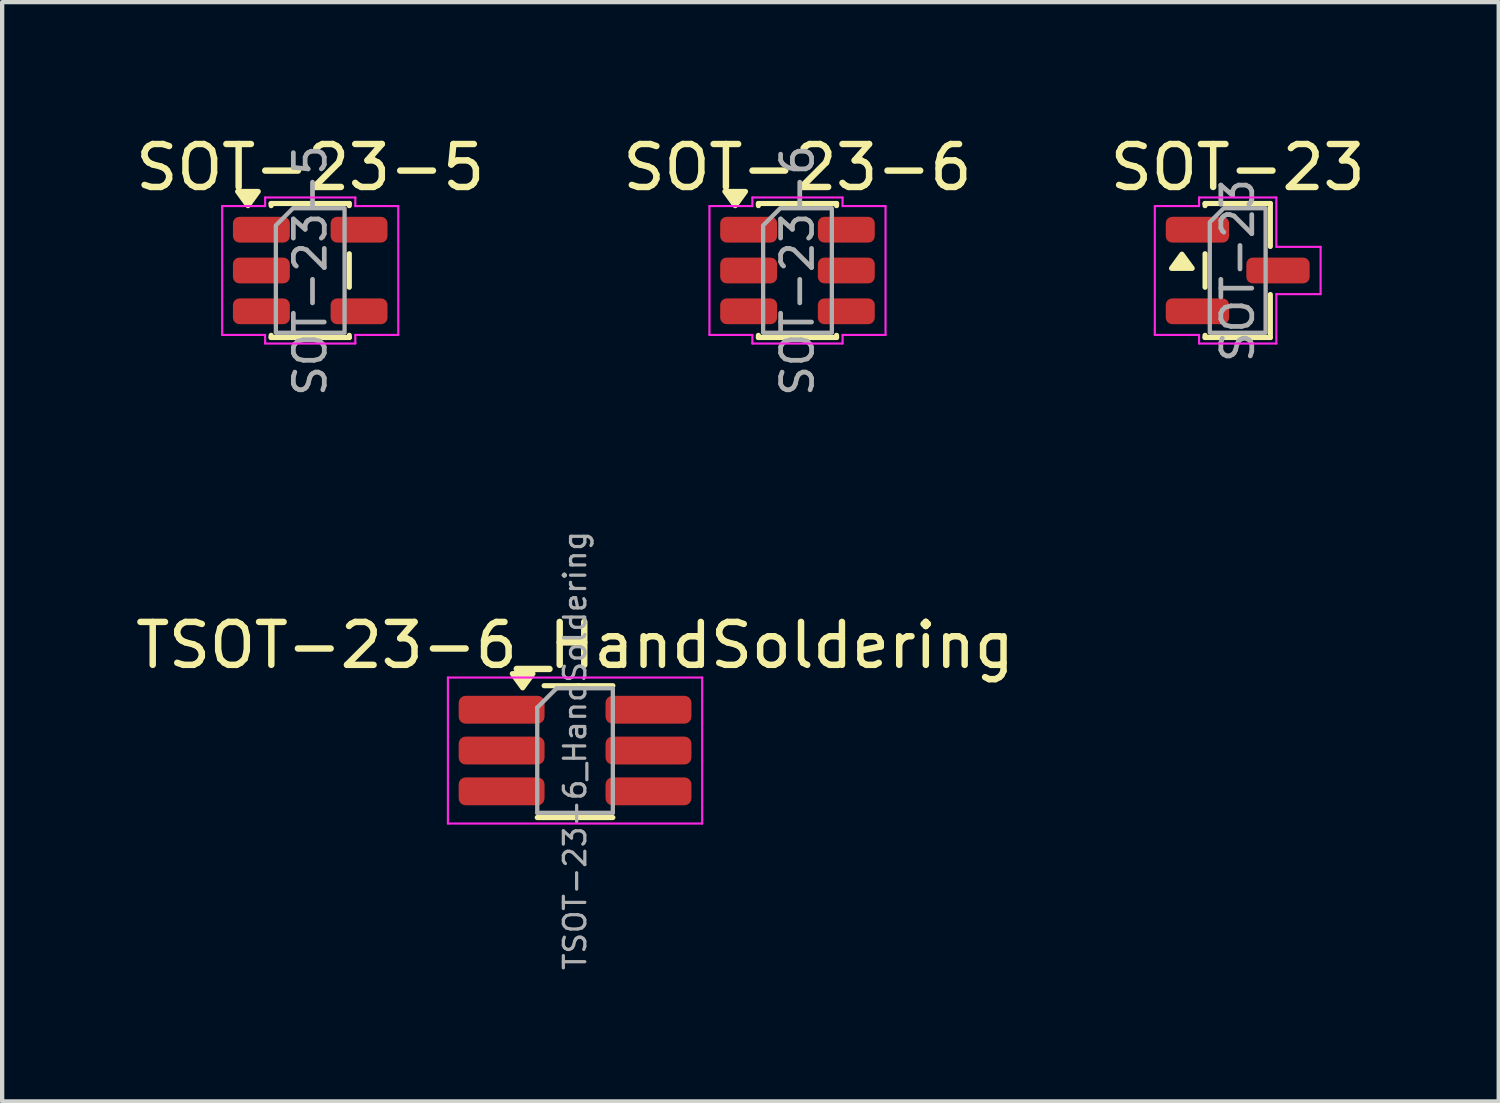
<source format=kicad_pcb>
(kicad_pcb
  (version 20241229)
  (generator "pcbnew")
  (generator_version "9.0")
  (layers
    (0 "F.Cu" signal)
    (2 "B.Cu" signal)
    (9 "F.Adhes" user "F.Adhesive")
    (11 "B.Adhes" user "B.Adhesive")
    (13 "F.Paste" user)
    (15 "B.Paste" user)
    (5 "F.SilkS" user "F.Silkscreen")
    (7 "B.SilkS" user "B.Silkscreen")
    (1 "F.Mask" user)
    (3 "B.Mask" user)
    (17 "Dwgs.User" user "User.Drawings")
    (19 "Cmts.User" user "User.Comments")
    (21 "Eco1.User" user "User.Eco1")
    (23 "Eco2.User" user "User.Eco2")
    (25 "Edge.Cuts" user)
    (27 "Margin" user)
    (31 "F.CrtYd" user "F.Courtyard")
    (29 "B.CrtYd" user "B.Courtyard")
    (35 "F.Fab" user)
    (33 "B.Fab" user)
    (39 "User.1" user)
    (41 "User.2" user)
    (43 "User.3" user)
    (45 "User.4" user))
  (footprint "SOT-23-6"
    (layer "F.Cu")
    (at 15.518 3.248)
    (property "Reference" "SOT-23-6" (at 0 -2.4 0) (layer "F.SilkS") (effects (font (size 1 1) (thickness 0.15))))
    (attr smd)
    (fp_line (start -0.91 -1.56) (end 0.91 -1.56) (stroke (width 0.12) (type solid)) (layer "F.SilkS"))
    (fp_line (start -0.91 -1.51) (end -0.91 -1.56) (stroke (width 0.12) (type solid)) (layer "F.SilkS"))
    (fp_line (start -0.91 1.56) (end -0.91 1.51) (stroke (width 0.12) (type solid)) (layer "F.SilkS"))
    (fp_line (start 0.91 -1.56) (end 0.91 -1.51) (stroke (width 0.12) (type solid)) (layer "F.SilkS"))
    (fp_line (start 0.91 1.51) (end 0.91 1.56) (stroke (width 0.12) (type solid)) (layer "F.SilkS"))
    (fp_line (start 0.91 1.56) (end -0.91 1.56) (stroke (width 0.12) (type solid)) (layer "F.SilkS"))
    (fp_poly (pts (xy -1.45 -1.51) (xy -1.69 -1.84) (xy -1.21 -1.84)) (stroke (width 0.12) (type solid)) (fill yes) (layer "F.SilkS"))
    (fp_line (start -2.05 -1.5) (end -1.05 -1.5) (stroke (width 0.05) (type solid)) (layer "F.CrtYd"))
    (fp_line (start -2.05 1.5) (end -2.05 -1.5) (stroke (width 0.05) (type solid)) (layer "F.CrtYd"))
    (fp_line (start -1.05 -1.7) (end 1.05 -1.7) (stroke (width 0.05) (type solid)) (layer "F.CrtYd"))
    (fp_line (start -1.05 -1.5) (end -1.05 -1.7) (stroke (width 0.05) (type solid)) (layer "F.CrtYd"))
    (fp_line (start -1.05 1.5) (end -2.05 1.5) (stroke (width 0.05) (type solid)) (layer "F.CrtYd"))
    (fp_line (start -1.05 1.7) (end -1.05 1.5) (stroke (width 0.05) (type solid)) (layer "F.CrtYd"))
    (fp_line (start 1.05 -1.7) (end 1.05 -1.5) (stroke (width 0.05) (type solid)) (layer "F.CrtYd"))
    (fp_line (start 1.05 -1.5) (end 2.05 -1.5) (stroke (width 0.05) (type solid)) (layer "F.CrtYd"))
    (fp_line (start 1.05 1.5) (end 1.05 1.7) (stroke (width 0.05) (type solid)) (layer "F.CrtYd"))
    (fp_line (start 1.05 1.7) (end -1.05 1.7) (stroke (width 0.05) (type solid)) (layer "F.CrtYd"))
    (fp_line (start 2.05 -1.5) (end 2.05 1.5) (stroke (width 0.05) (type solid)) (layer "F.CrtYd"))
    (fp_line (start 2.05 1.5) (end 1.05 1.5) (stroke (width 0.05) (type solid)) (layer "F.CrtYd"))
    (fp_poly (pts (xy -0.8 -1.05) (xy -0.8 1.45) (xy 0.8 1.45) (xy 0.8 -1.45) (xy -0.4 -1.45)) (stroke (width 0.1) (type solid)) (fill no) (layer "F.Fab"))
    (fp_text user "${REFERENCE}" (at 0 0 90) (layer "F.Fab") (effects (font (size 0.72 0.72) (thickness 0.11))))
    (pad "1" smd roundrect (at -1.137 -0.95) (size 1.325 0.6) (layers "F.Cu" "F.Mask" "F.Paste") (roundrect_rratio 0.25))
    (pad "2" smd roundrect (at -1.137 0) (size 1.325 0.6) (layers "F.Cu" "F.Mask" "F.Paste") (roundrect_rratio 0.25))
    (pad "3" smd roundrect (at -1.137 0.95) (size 1.325 0.6) (layers "F.Cu" "F.Mask" "F.Paste") (roundrect_rratio 0.25))
    (pad "4" smd roundrect (at 1.137 0.95) (size 1.325 0.6) (layers "F.Cu" "F.Mask" "F.Paste") (roundrect_rratio 0.25))
    (pad "5" smd roundrect (at 1.137 0) (size 1.325 0.6) (layers "F.Cu" "F.Mask" "F.Paste") (roundrect_rratio 0.25))
    (pad "6" smd roundrect (at 1.137 -0.95) (size 1.325 0.6) (layers "F.Cu" "F.Mask" "F.Paste") (roundrect_rratio 0.25)))
  (footprint "SOT-23-5"
    (layer "F.Cu")
    (at 4.173 3.248)
    (property "Reference" "SOT-23-5" (at 0 -2.4 0) (layer "F.SilkS") (effects (font (size 1 1) (thickness 0.15))))
    (attr smd)
    (fp_line (start -0.91 -1.56) (end 0.91 -1.56) (stroke (width 0.12) (type solid)) (layer "F.SilkS"))
    (fp_line (start -0.91 -1.51) (end -0.91 -1.56) (stroke (width 0.12) (type solid)) (layer "F.SilkS"))
    (fp_line (start -0.91 1.56) (end -0.91 1.51) (stroke (width 0.12) (type solid)) (layer "F.SilkS"))
    (fp_line (start 0.91 -1.56) (end 0.91 -1.51) (stroke (width 0.12) (type solid)) (layer "F.SilkS"))
    (fp_line (start 0.91 -0.39) (end 0.91 0.39) (stroke (width 0.12) (type solid)) (layer "F.SilkS"))
    (fp_line (start 0.91 1.51) (end 0.91 1.56) (stroke (width 0.12) (type solid)) (layer "F.SilkS"))
    (fp_line (start 0.91 1.56) (end -0.91 1.56) (stroke (width 0.12) (type solid)) (layer "F.SilkS"))
    (fp_poly (pts (xy -1.45 -1.51) (xy -1.69 -1.84) (xy -1.21 -1.84)) (stroke (width 0.12) (type solid)) (fill yes) (layer "F.SilkS"))
    (fp_line (start -2.05 -1.5) (end -1.05 -1.5) (stroke (width 0.05) (type solid)) (layer "F.CrtYd"))
    (fp_line (start -2.05 1.5) (end -2.05 -1.5) (stroke (width 0.05) (type solid)) (layer "F.CrtYd"))
    (fp_line (start -1.05 -1.7) (end 1.05 -1.7) (stroke (width 0.05) (type solid)) (layer "F.CrtYd"))
    (fp_line (start -1.05 -1.5) (end -1.05 -1.7) (stroke (width 0.05) (type solid)) (layer "F.CrtYd"))
    (fp_line (start -1.05 1.5) (end -2.05 1.5) (stroke (width 0.05) (type solid)) (layer "F.CrtYd"))
    (fp_line (start -1.05 1.7) (end -1.05 1.5) (stroke (width 0.05) (type solid)) (layer "F.CrtYd"))
    (fp_line (start 1.05 -1.7) (end 1.05 -1.5) (stroke (width 0.05) (type solid)) (layer "F.CrtYd"))
    (fp_line (start 1.05 -1.5) (end 2.05 -1.5) (stroke (width 0.05) (type solid)) (layer "F.CrtYd"))
    (fp_line (start 1.05 1.5) (end 1.05 1.7) (stroke (width 0.05) (type solid)) (layer "F.CrtYd"))
    (fp_line (start 1.05 1.7) (end -1.05 1.7) (stroke (width 0.05) (type solid)) (layer "F.CrtYd"))
    (fp_line (start 2.05 -1.5) (end 2.05 1.5) (stroke (width 0.05) (type solid)) (layer "F.CrtYd"))
    (fp_line (start 2.05 1.5) (end 1.05 1.5) (stroke (width 0.05) (type solid)) (layer "F.CrtYd"))
    (fp_poly (pts (xy -0.8 -1.05) (xy -0.8 1.45) (xy 0.8 1.45) (xy 0.8 -1.45) (xy -0.4 -1.45)) (stroke (width 0.1) (type solid)) (fill no) (layer "F.Fab"))
    (fp_text user "${REFERENCE}" (at 0 0 90) (layer "F.Fab") (effects (font (size 0.72 0.72) (thickness 0.11))))
    (pad "1" smd roundrect (at -1.137 -0.95) (size 1.325 0.6) (layers "F.Cu" "F.Mask" "F.Paste") (roundrect_rratio 0.25))
    (pad "2" smd roundrect (at -1.137 0) (size 1.325 0.6) (layers "F.Cu" "F.Mask" "F.Paste") (roundrect_rratio 0.25))
    (pad "3" smd roundrect (at -1.137 0.95) (size 1.325 0.6) (layers "F.Cu" "F.Mask" "F.Paste") (roundrect_rratio 0.25))
    (pad "4" smd roundrect (at 1.137 0.95) (size 1.325 0.6) (layers "F.Cu" "F.Mask" "F.Paste") (roundrect_rratio 0.25))
    (pad "5" smd roundrect (at 1.137 -0.95) (size 1.325 0.6) (layers "F.Cu" "F.Mask" "F.Paste") (roundrect_rratio 0.25)))
  (footprint "SOT-23"
    (layer "F.Cu")
    (at 25.768 3.248)
    (property "Reference" "SOT-23" (at 0 -2.4 0) (layer "F.SilkS") (effects (font (size 1 1) (thickness 0.15))))
    (attr smd)
    (fp_line (start -0.76 -1.56) (end 0.76 -1.56) (stroke (width 0.12) (type solid)) (layer "F.SilkS"))
    (fp_line (start -0.76 -1.51) (end -0.76 -1.56) (stroke (width 0.12) (type solid)) (layer "F.SilkS"))
    (fp_line (start -0.76 0.39) (end -0.76 -0.39) (stroke (width 0.12) (type solid)) (layer "F.SilkS"))
    (fp_line (start -0.76 1.56) (end -0.76 1.51) (stroke (width 0.12) (type solid)) (layer "F.SilkS"))
    (fp_line (start 0.76 -1.56) (end 0.76 -0.56) (stroke (width 0.12) (type solid)) (layer "F.SilkS"))
    (fp_line (start 0.76 0.56) (end 0.76 1.56) (stroke (width 0.12) (type solid)) (layer "F.SilkS"))
    (fp_line (start 0.76 1.56) (end -0.76 1.56) (stroke (width 0.12) (type solid)) (layer "F.SilkS"))
    (fp_poly (pts (xy -1.3 -0.38) (xy -1.06 -0.05) (xy -1.54 -0.05)) (stroke (width 0.12) (type solid)) (fill yes) (layer "F.SilkS"))
    (fp_line (start -1.93 -1.5) (end -0.9 -1.5) (stroke (width 0.05) (type solid)) (layer "F.CrtYd"))
    (fp_line (start -1.93 1.5) (end -1.93 -1.5) (stroke (width 0.05) (type solid)) (layer "F.CrtYd"))
    (fp_line (start -0.9 -1.7) (end 0.9 -1.7) (stroke (width 0.05) (type solid)) (layer "F.CrtYd"))
    (fp_line (start -0.9 -1.5) (end -0.9 -1.7) (stroke (width 0.05) (type solid)) (layer "F.CrtYd"))
    (fp_line (start -0.9 1.5) (end -1.93 1.5) (stroke (width 0.05) (type solid)) (layer "F.CrtYd"))
    (fp_line (start -0.9 1.7) (end -0.9 1.5) (stroke (width 0.05) (type solid)) (layer "F.CrtYd"))
    (fp_line (start 0.9 -1.7) (end 0.9 -0.55) (stroke (width 0.05) (type solid)) (layer "F.CrtYd"))
    (fp_line (start 0.9 -0.55) (end 1.93 -0.55) (stroke (width 0.05) (type solid)) (layer "F.CrtYd"))
    (fp_line (start 0.9 0.55) (end 0.9 1.7) (stroke (width 0.05) (type solid)) (layer "F.CrtYd"))
    (fp_line (start 0.9 1.7) (end -0.9 1.7) (stroke (width 0.05) (type solid)) (layer "F.CrtYd"))
    (fp_line (start 1.93 -0.55) (end 1.93 0.55) (stroke (width 0.05) (type solid)) (layer "F.CrtYd"))
    (fp_line (start 1.93 0.55) (end 0.9 0.55) (stroke (width 0.05) (type solid)) (layer "F.CrtYd"))
    (fp_poly (pts (xy -0.65 -1.125) (xy -0.65 1.45) (xy 0.65 1.45) (xy 0.65 -1.45) (xy -0.325 -1.45)) (stroke (width 0.1) (type solid)) (fill no) (layer "F.Fab"))
    (fp_text user "${REFERENCE}" (at 0 0 90) (layer "F.Fab") (effects (font (size 0.72 0.72) (thickness 0.11))))
    (pad "1" smd roundrect (at -0.938 -0.95) (size 1.475 0.6) (layers "F.Cu" "F.Mask" "F.Paste") (roundrect_rratio 0.25))
    (pad "2" smd roundrect (at -0.938 0.95) (size 1.475 0.6) (layers "F.Cu" "F.Mask" "F.Paste") (roundrect_rratio 0.25))
    (pad "3" smd roundrect (at 0.938 0) (size 1.475 0.6) (layers "F.Cu" "F.Mask" "F.Paste") (roundrect_rratio 0.25)))
  (footprint "TSOT-23-6_HandSoldering"
    (layer "F.Cu")
    (at 10.339 14.425)
    (property "Reference" "TSOT-23-6_HandSoldering" (at 0 -2.45 0) (layer "F.SilkS") (effects (font (size 1 1) (thickness 0.15))))
    (attr smd exclude_from_bom)
    (fp_line (start -0.72 -1.51) (end 0.08 -1.51) (stroke (width 0.12) (type solid)) (layer "F.SilkS"))
    (fp_line (start 0.88 -1.51) (end 0.08 -1.51) (stroke (width 0.12) (type solid)) (layer "F.SilkS"))
    (fp_line (start 0.88 1.56) (end -0.88 1.56) (stroke (width 0.12) (type solid)) (layer "F.SilkS"))
    (fp_poly (pts (xy -1.22 -1.46) (xy -1.46 -1.79) (xy -0.98 -1.79) (xy -1.22 -1.46)) (stroke (width 0.12) (type solid)) (fill yes) (layer "F.SilkS"))
    (fp_line (start -2.96 1.7) (end -2.96 -1.7) (stroke (width 0.05) (type solid)) (layer "F.CrtYd"))
    (fp_line (start -2.96 1.7) (end 2.96 1.7) (stroke (width 0.05) (type solid)) (layer "F.CrtYd"))
    (fp_line (start 2.96 -1.7) (end -2.96 -1.7) (stroke (width 0.05) (type solid)) (layer "F.CrtYd"))
    (fp_line (start 2.96 -1.7) (end 2.96 1.7) (stroke (width 0.05) (type solid)) (layer "F.CrtYd"))
    (fp_line (start -0.88 1.45) (end -0.88 -1) (stroke (width 0.1) (type solid)) (layer "F.Fab"))
    (fp_line (start -0.88 1.45) (end 0.88 1.45) (stroke (width 0.1) (type solid)) (layer "F.Fab"))
    (fp_line (start -0.43 -1.45) (end -0.88 -1) (stroke (width 0.1) (type solid)) (layer "F.Fab"))
    (fp_line (start -0.43 -1.45) (end 0.88 -1.45) (stroke (width 0.1) (type solid)) (layer "F.Fab"))
    (fp_line (start 0.88 1.45) (end 0.88 -1.45) (stroke (width 0.1) (type solid)) (layer "F.Fab"))
    (fp_text user "${REFERENCE}" (at 0 0 90) (layer "F.Fab") (effects (font (size 0.5 0.5) (thickness 0.075))))
    (pad "1" smd roundrect (at -1.71 -0.95 180) (size 2 0.65) (layers "F.Cu" "F.Mask" "F.Paste") (roundrect_rratio 0.25))
    (pad "2" smd roundrect (at -1.71 0 180) (size 2 0.65) (layers "F.Cu" "F.Mask" "F.Paste") (roundrect_rratio 0.25))
    (pad "3" smd roundrect (at -1.71 0.95 180) (size 2 0.65) (layers "F.Cu" "F.Mask" "F.Paste") (roundrect_rratio 0.25))
    (pad "4" smd roundrect (at 1.71 0.95 180) (size 2 0.65) (layers "F.Cu" "F.Mask" "F.Paste") (roundrect_rratio 0.25))
    (pad "5" smd roundrect (at 1.71 0 180) (size 2 0.65) (layers "F.Cu" "F.Mask" "F.Paste") (roundrect_rratio 0.25))
    (pad "6" smd roundrect (at 1.71 -0.95 180) (size 2 0.65) (layers "F.Cu" "F.Mask" "F.Paste") (roundrect_rratio 0.25)))
  (gr_rect
    (start -3 -3)
    (end 31.845 22.595)
    (stroke (width 0.1) (type default))
    (fill no)
    (layer "Edge.Cuts")))
</source>
